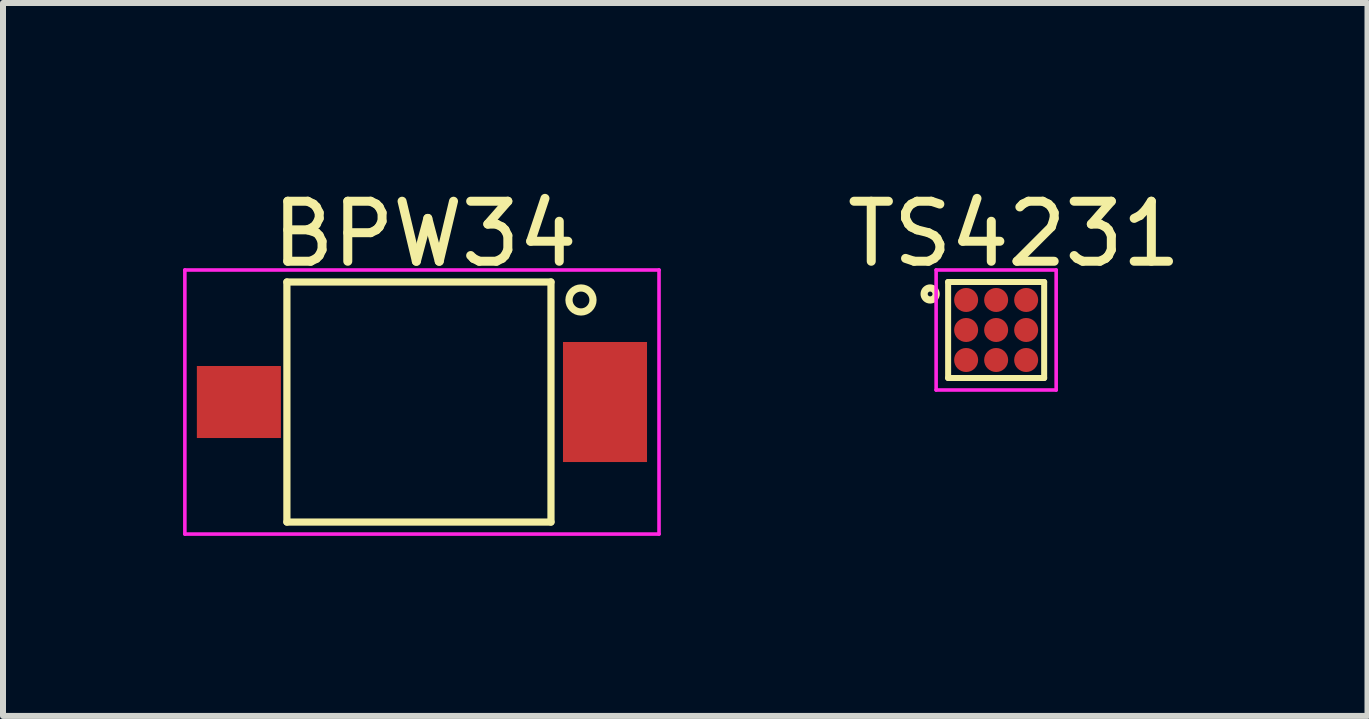
<source format=kicad_pcb>
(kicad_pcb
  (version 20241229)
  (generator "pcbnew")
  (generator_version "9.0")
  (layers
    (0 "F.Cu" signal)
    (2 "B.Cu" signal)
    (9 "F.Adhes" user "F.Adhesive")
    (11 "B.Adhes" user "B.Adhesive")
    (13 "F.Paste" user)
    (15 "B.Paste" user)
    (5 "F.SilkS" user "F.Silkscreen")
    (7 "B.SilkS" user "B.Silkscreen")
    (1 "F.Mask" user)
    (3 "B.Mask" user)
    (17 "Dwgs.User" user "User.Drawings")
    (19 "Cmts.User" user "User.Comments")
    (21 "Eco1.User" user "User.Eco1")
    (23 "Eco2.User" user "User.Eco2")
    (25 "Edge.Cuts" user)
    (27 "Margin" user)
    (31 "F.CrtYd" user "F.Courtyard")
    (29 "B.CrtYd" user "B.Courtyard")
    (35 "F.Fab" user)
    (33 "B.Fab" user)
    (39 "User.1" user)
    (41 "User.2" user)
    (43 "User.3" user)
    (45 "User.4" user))
  (footprint "BPW34"
    (layer "F.Cu")
    (at 3.93 3.648)
    (property "Reference" "BPW34" (at 0.1 -2.8 0) (layer "F.SilkS") (effects (font (size 1 1) (thickness 0.15))))
    (attr smd)
    (fp_line (start -2.2 -2) (end 2.2 -2) (stroke (width 0.12) (type solid)) (layer "F.SilkS"))
    (fp_line (start -2.2 2) (end -2.2 -2) (stroke (width 0.12) (type solid)) (layer "F.SilkS"))
    (fp_line (start 2.2 -2) (end 2.2 2) (stroke (width 0.12) (type solid)) (layer "F.SilkS"))
    (fp_line (start 2.2 2) (end -2.2 2) (stroke (width 0.12) (type solid)) (layer "F.SilkS"))
    (fp_circle (center 2.7 -1.7) (end 2.9 -1.7) (stroke (width 0.12) (type solid)) (fill no) (layer "F.SilkS"))
    (fp_line (start -3.9 -2.2) (end 4 -2.2) (stroke (width 0.06) (type solid)) (layer "F.CrtYd"))
    (fp_line (start -3.9 2.2) (end -3.9 -2.2) (stroke (width 0.06) (type solid)) (layer "F.CrtYd"))
    (fp_line (start 4 -2.2) (end 4 2.2) (stroke (width 0.06) (type solid)) (layer "F.CrtYd"))
    (fp_line (start 4 2.2) (end -3.9 2.2) (stroke (width 0.06) (type solid)) (layer "F.CrtYd"))
    (pad "1" smd rect (at 3.1 0) (size 1.4 2) (layers "F.Cu" "F.Mask" "F.Paste"))
    (pad "2" smd rect (at -3 0) (size 1.4 1.2) (layers "F.Cu" "F.Mask" "F.Paste")))
  (footprint "TS4231"
    (layer "F.Cu")
    (at 13.547 2.448)
    (property "Reference" "TS4231" (at 0.3 -1.6 0) (layer "F.SilkS") (effects (font (size 1 1) (thickness 0.15))))
    (attr through_hole)
    (fp_line (start -0.8 -0.8) (end 0.8 -0.8) (stroke (width 0.1) (type solid)) (layer "F.SilkS"))
    (fp_line (start -0.8 0.8) (end -0.8 -0.8) (stroke (width 0.1) (type solid)) (layer "F.SilkS"))
    (fp_line (start 0.8 -0.8) (end 0.8 0.8) (stroke (width 0.1) (type solid)) (layer "F.SilkS"))
    (fp_line (start 0.8 0.8) (end -0.8 0.8) (stroke (width 0.1) (type solid)) (layer "F.SilkS"))
    (fp_circle (center -1.1 -0.6) (end -1 -0.6) (stroke (width 0.12) (type solid)) (fill no) (layer "F.SilkS"))
    (fp_line (start -1 -1) (end -1 1) (stroke (width 0.06) (type solid)) (layer "F.CrtYd"))
    (fp_line (start -1 1) (end 1 1) (stroke (width 0.06) (type solid)) (layer "F.CrtYd"))
    (fp_line (start 1 -1) (end -1 -1) (stroke (width 0.06) (type solid)) (layer "F.CrtYd"))
    (fp_line (start 1 1) (end 1 -1) (stroke (width 0.06) (type solid)) (layer "F.CrtYd"))
    (pad "A1" smd circle (at -0.5 -0.5) (size 0.4 0.4) (layers "F.Cu" "F.Mask" "F.Paste"))
    (pad "A2" smd circle (at 0 -0.5) (size 0.4 0.4) (layers "F.Cu" "F.Mask" "F.Paste"))
    (pad "A3" smd circle (at 0.5 -0.5) (size 0.4 0.4) (layers "F.Cu" "F.Mask" "F.Paste"))
    (pad "B1" smd circle (at -0.5 0) (size 0.4 0.4) (layers "F.Cu" "F.Mask" "F.Paste"))
    (pad "B2" smd circle (at 0 0) (size 0.4 0.4) (layers "F.Cu" "F.Mask" "F.Paste"))
    (pad "B3" smd circle (at 0.5 0) (size 0.4 0.4) (layers "F.Cu" "F.Mask" "F.Paste"))
    (pad "C1" smd circle (at -0.5 0.5) (size 0.4 0.4) (layers "F.Cu" "F.Mask" "F.Paste"))
    (pad "C2" smd circle (at 0 0.5) (size 0.4 0.4) (layers "F.Cu" "F.Mask" "F.Paste"))
    (pad "C3" smd circle (at 0.5 0.5) (size 0.4 0.4) (layers "F.Cu" "F.Mask" "F.Paste")))
  (gr_rect
    (start -3 -3)
    (end 19.734 8.878)
    (stroke (width 0.1) (type default))
    (fill no)
    (layer "Edge.Cuts")))
</source>
